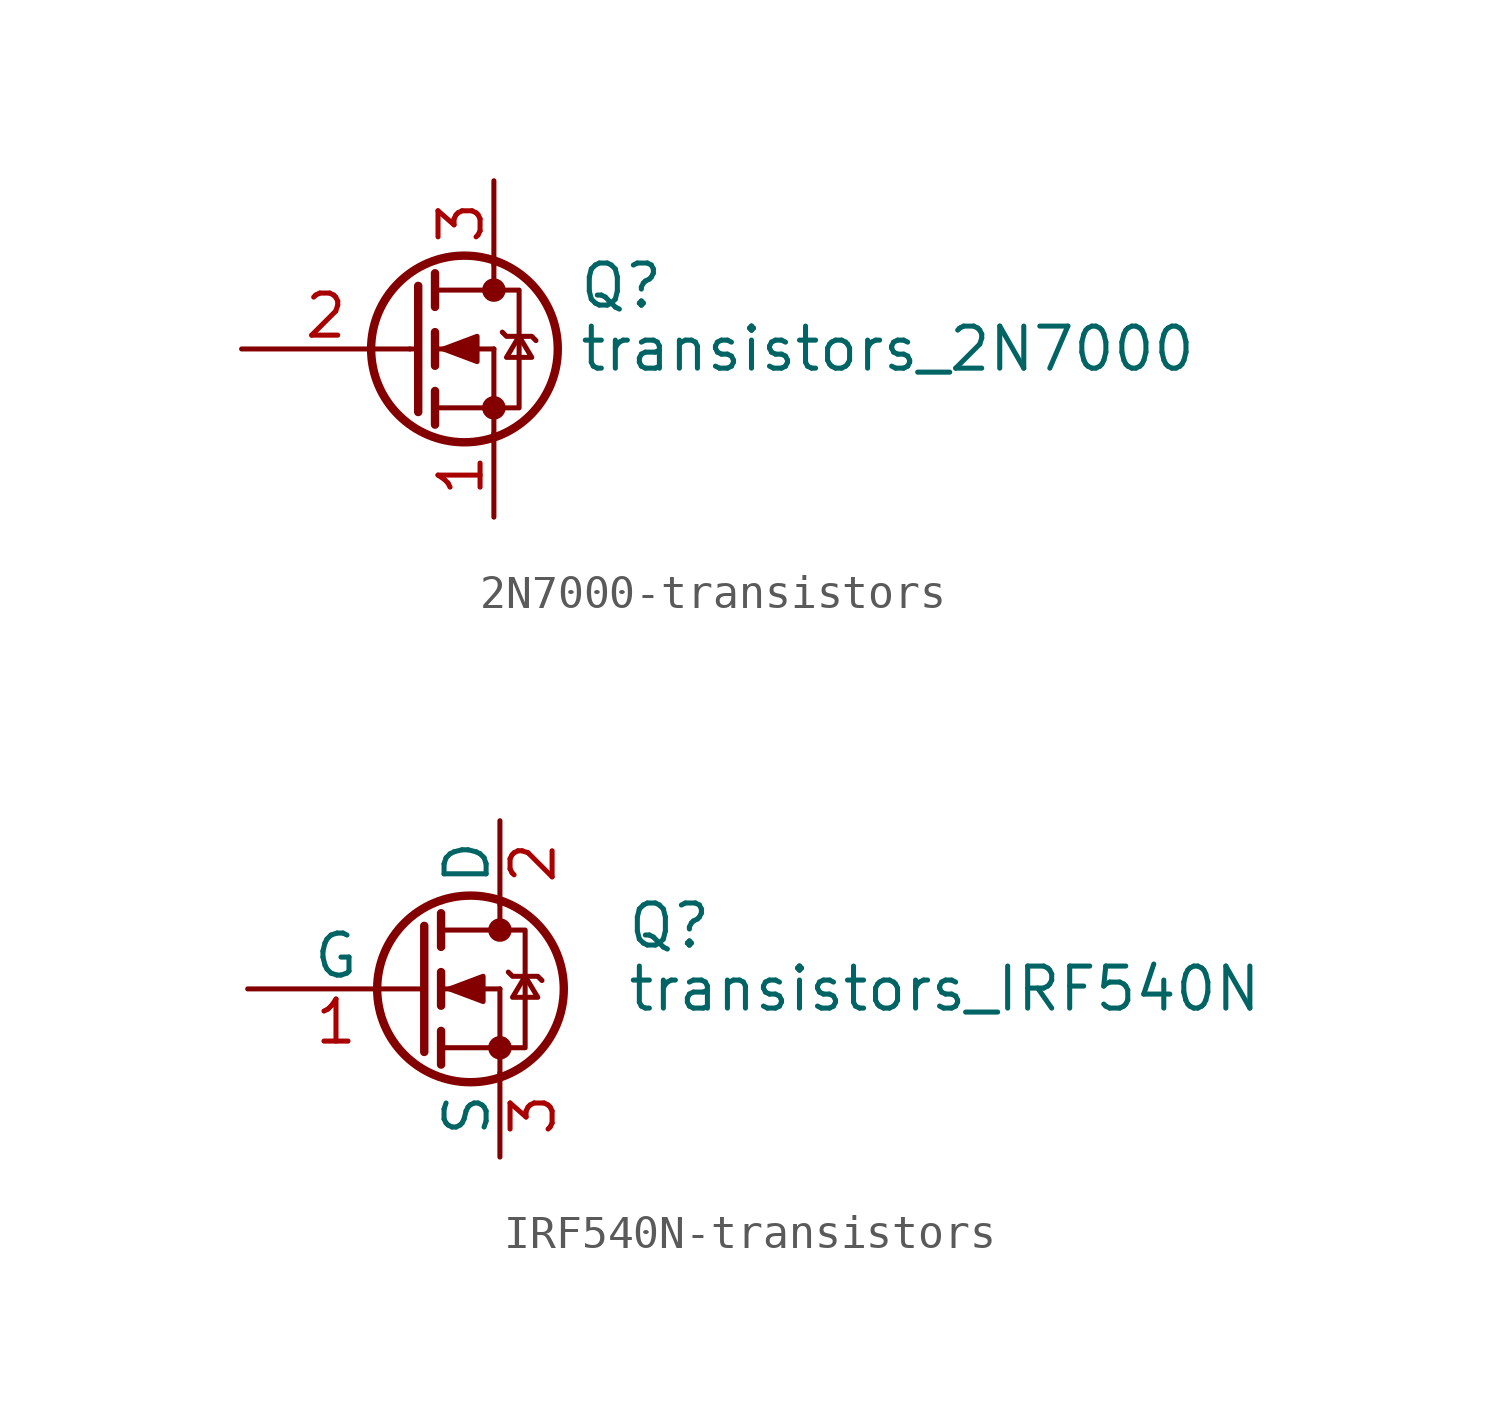
<source format=kicad_sym>
(kicad_symbol_lib
  (version 20220914)
  (generator kicad_symbol_editor)
  (symbol "2N7000-transistors"
    (pin_names
      (offset 0) hide)
    (property "Reference" "Q"
      (at 5.08 1.905 0)
      (effects (font (size 1.27 1.27)) (justify left)))
    (property "Value" "transistors_2N7000"
      (at 5.08 0 0)
      (effects (font (size 1.27 1.27)) (justify left)))
    (symbol "2N7000-transistors_0_1"
      (polyline (pts (xy 0 0) (xy 0.254 0)) (stroke (width 0) (type solid)) (fill (type none)))
      (polyline (pts (xy 0.762 -1.778) (xy 2.54 -1.778)) (stroke (width 0) (type solid)) (fill (type none)))
      (polyline (pts (xy 0.762 -1.27) (xy 0.762 -2.286)) (stroke (width 0.254) (type solid)) (fill (type none)))
      (polyline (pts (xy 0.762 0) (xy 2.54 0)) (stroke (width 0) (type solid)) (fill (type none)))
      (polyline (pts (xy 0.762 0.508) (xy 0.762 -0.508)) (stroke (width 0.254) (type solid)) (fill (type none)))
      (polyline (pts (xy 0.762 1.778) (xy 2.54 1.778)) (stroke (width 0) (type solid)) (fill (type none)))
      (polyline (pts (xy 0.762 2.286) (xy 0.762 1.27)) (stroke (width 0.254) (type solid)) (fill (type none)))
      (polyline (pts (xy 2.54 -1.778) (xy 2.54 -2.54)) (stroke (width 0) (type solid)) (fill (type none)))
      (polyline (pts (xy 2.54 -1.778) (xy 2.54 0)) (stroke (width 0) (type solid)) (fill (type none)))
      (polyline (pts (xy 2.54 2.54) (xy 2.54 1.778)) (stroke (width 0) (type solid)) (fill (type none)))
      (polyline (pts (xy 0.254 1.905) (xy 0.254 -1.905) (xy 0.254 -1.905)) (stroke (width 0.254) (type solid)) (fill (type none)))
      (polyline (pts (xy 1.016 0) (xy 2.032 0.381) (xy 2.032 -0.381) (xy 1.016 0)) (stroke (width 0) (type solid)) (fill (type outline)))
      (polyline (pts (xy 2.54 -1.778) (xy 3.302 -1.778) (xy 3.302 1.778) (xy 2.54 1.778)) (stroke (width 0) (type solid)) (fill (type none)))
      (polyline (pts (xy 2.794 0.508) (xy 2.921 0.381) (xy 3.683 0.381) (xy 3.81 0.254)) (stroke (width 0) (type solid)) (fill (type none)))
      (polyline (pts (xy 3.302 0.381) (xy 2.921 -0.254) (xy 3.683 -0.254) (xy 3.302 0.381)) (stroke (width 0) (type solid)) (fill (type none)))
      (circle (center 1.651 0) (radius 2.819) (stroke (width 0.254) (type solid)) (fill (type none)))
      (circle (center 2.54 -1.778) (radius 0.279) (stroke (width 0) (type solid)) (fill (type outline)))
      (circle (center 2.54 1.778) (radius 0.279) (stroke (width 0) (type solid)) (fill (type outline))))
    (symbol "2N7000-transistors_1_1"
      (pin passive line (at 2.54 -5.08 90) (length 2.54) (name "S" (effects (font (size 1.27 1.27)))) (number "1" (effects (font (size 1.27 1.27)))))
      (pin input line (at -5.08 0 0) (length 5.08) (name "G" (effects (font (size 1.27 1.27)))) (number "2" (effects (font (size 1.27 1.27)))))
      (pin passive line (at 2.54 5.08 270) (length 2.54) (name "D" (effects (font (size 1.27 1.27)))) (number "3" (effects (font (size 1.27 1.27)))))))
  (symbol "IRF540N-transistors"
    (pin_names
      (offset 0))
    (property "Reference" "Q"
      (at 6.35 1.905 0)
      (effects (font (size 1.27 1.27)) (justify left)))
    (property "Value" "transistors_IRF540N"
      (at 6.35 0 0)
      (effects (font (size 1.27 1.27)) (justify left)))
    (symbol "IRF540N-transistors_0_1"
      (polyline (pts (xy 0.762 -1.778) (xy 2.54 -1.778)) (stroke (width 0) (type solid)) (fill (type none)))
      (polyline (pts (xy 0.762 -1.27) (xy 0.762 -2.286)) (stroke (width 0.254) (type solid)) (fill (type none)))
      (polyline (pts (xy 0.762 0) (xy 2.54 0)) (stroke (width 0) (type solid)) (fill (type none)))
      (polyline (pts (xy 0.762 0.508) (xy 0.762 -0.508)) (stroke (width 0.254) (type solid)) (fill (type none)))
      (polyline (pts (xy 0.762 1.778) (xy 2.54 1.778)) (stroke (width 0) (type solid)) (fill (type none)))
      (polyline (pts (xy 0.762 2.286) (xy 0.762 1.27)) (stroke (width 0.254) (type solid)) (fill (type none)))
      (polyline (pts (xy 2.54 -1.778) (xy 2.54 -2.54)) (stroke (width 0) (type solid)) (fill (type none)))
      (polyline (pts (xy 2.54 -1.778) (xy 2.54 0)) (stroke (width 0) (type solid)) (fill (type none)))
      (polyline (pts (xy 2.54 2.54) (xy 2.54 1.778)) (stroke (width 0) (type solid)) (fill (type none)))
      (polyline (pts (xy 0.254 1.905) (xy 0.254 -1.905) (xy 0.254 -1.905)) (stroke (width 0.254) (type solid)) (fill (type none)))
      (polyline (pts (xy 1.016 0) (xy 2.032 0.381) (xy 2.032 -0.381) (xy 1.016 0)) (stroke (width 0) (type solid)) (fill (type outline)))
      (polyline (pts (xy 2.54 -1.778) (xy 3.302 -1.778) (xy 3.302 1.778) (xy 2.54 1.778)) (stroke (width 0) (type solid)) (fill (type none)))
      (polyline (pts (xy 2.794 0.508) (xy 2.921 0.381) (xy 3.683 0.381) (xy 3.81 0.254)) (stroke (width 0) (type solid)) (fill (type none)))
      (polyline (pts (xy 3.302 0.381) (xy 2.921 -0.254) (xy 3.683 -0.254) (xy 3.302 0.381)) (stroke (width 0) (type solid)) (fill (type none)))
      (circle (center 1.651 0) (radius 2.819) (stroke (width 0.254) (type solid)) (fill (type none)))
      (circle (center 2.54 -1.778) (radius 0.279) (stroke (width 0) (type solid)) (fill (type outline)))
      (circle (center 2.54 1.778) (radius 0.279) (stroke (width 0) (type solid)) (fill (type outline))))
    (symbol "IRF540N-transistors_1_1"
      (pin input line (at -5.08 0 0) (length 5.334) (name "G" (effects (font (size 1.27 1.27)))) (number "1" (effects (font (size 1.27 1.27)))))
      (pin passive line (at 2.54 5.08 270) (length 2.54) (name "D" (effects (font (size 1.27 1.27)))) (number "2" (effects (font (size 1.27 1.27)))))
      (pin passive line (at 2.54 -5.08 90) (length 2.54) (name "S" (effects (font (size 1.27 1.27)))) (number "3" (effects (font (size 1.27 1.27))))))))
</source>
